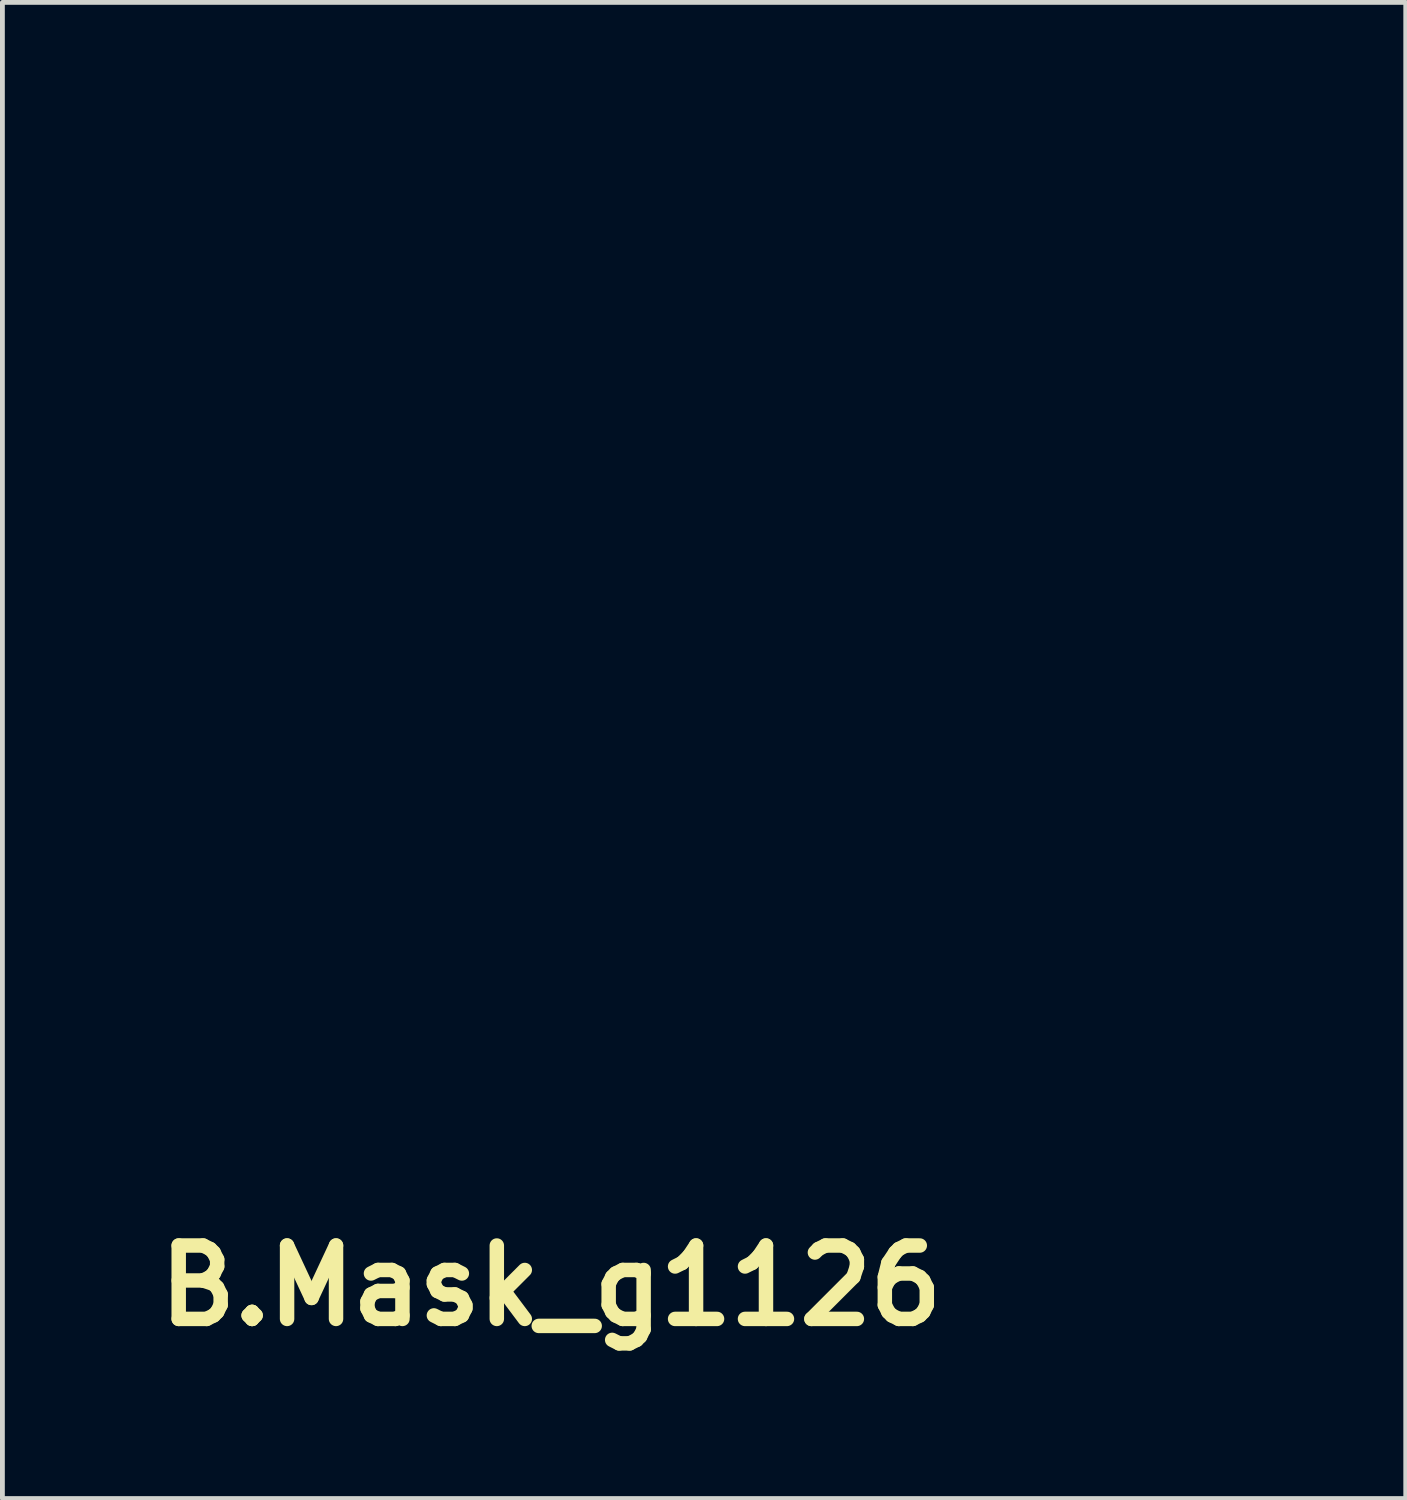
<source format=kicad_pcb>
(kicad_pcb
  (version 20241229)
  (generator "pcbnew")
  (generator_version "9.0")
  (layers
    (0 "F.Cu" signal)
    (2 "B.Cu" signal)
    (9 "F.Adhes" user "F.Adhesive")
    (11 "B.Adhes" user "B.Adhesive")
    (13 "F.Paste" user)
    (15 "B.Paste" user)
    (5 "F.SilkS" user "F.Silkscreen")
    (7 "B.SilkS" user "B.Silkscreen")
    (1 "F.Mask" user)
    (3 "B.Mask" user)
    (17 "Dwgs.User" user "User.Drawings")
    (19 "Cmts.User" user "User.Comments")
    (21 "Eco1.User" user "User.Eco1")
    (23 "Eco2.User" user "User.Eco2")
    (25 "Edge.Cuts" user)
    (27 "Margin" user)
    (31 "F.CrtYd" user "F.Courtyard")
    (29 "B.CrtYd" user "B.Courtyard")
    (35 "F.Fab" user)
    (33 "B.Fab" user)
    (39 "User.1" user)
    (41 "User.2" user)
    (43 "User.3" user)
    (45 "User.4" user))
  (footprint "B.Mask_g1126"
    (layer "F.Cu")
    (at 8.389 23.642)
    (property "Reference" "B.Mask_g1126" (at 0 0 0) (layer "F.SilkS") (effects (font (size 1.524 1.524) (thickness 0.3))))
    (attr through_hole)
    (fp_poly (pts (xy -0.47 -20.337) (xy -0.255 -20.292) (xy -0.048 -20.216) (xy 0.147 -20.109) (xy 0.324 -19.974) (xy 0.482 -19.811) (xy 0.615 -19.621) (xy 0.72 -19.406) (xy 0.783 -19.211) (xy 0.818 -19.008) (xy 0.824 -18.793) (xy 0.803 -18.584) (xy 0.784 -18.492) (xy 0.704 -18.262) (xy 0.589 -18.049) (xy 0.442 -17.856) (xy 0.267 -17.69) (xy 0.069 -17.555) (xy 0 -17.518) (xy -0.103 -17.472) (xy -0.213 -17.429) (xy -0.31 -17.398) (xy -0.349 -17.388) (xy -0.497 -17.367) (xy -0.663 -17.36) (xy -0.827 -17.366) (xy -0.973 -17.385) (xy -0.984 -17.388) (xy -1.22 -17.46) (xy -1.437 -17.568) (xy -1.634 -17.709) (xy -1.805 -17.878) (xy -1.947 -18.072) (xy -2.057 -18.287) (xy -2.127 -18.505) (xy -2.15 -18.648) (xy -2.158 -18.813) (xy -2.153 -18.985) (xy -2.135 -19.145) (xy -2.117 -19.227) (xy -2.036 -19.461) (xy -1.917 -19.677) (xy -1.762 -19.872) (xy -1.736 -19.899) (xy -1.548 -20.061) (xy -1.345 -20.187) (xy -1.132 -20.276) (xy -0.913 -20.33) (xy -0.691 -20.35) (xy -0.47 -20.337)) (stroke (width 0.01) (type solid)) (fill yes) (layer "B.Mask"))
    (fp_poly (pts (xy 13.386 -23.634) (xy 13.62 -23.593) (xy 13.844 -23.517) (xy 14.052 -23.407) (xy 14.241 -23.266) (xy 14.407 -23.095) (xy 14.547 -22.897) (xy 14.655 -22.675) (xy 14.684 -22.596) (xy 14.707 -22.52) (xy 14.723 -22.452) (xy 14.733 -22.382) (xy 14.738 -22.297) (xy 14.74 -22.185) (xy 14.74 -22.14) (xy 14.739 -22.017) (xy 14.735 -21.925) (xy 14.727 -21.851) (xy 14.714 -21.784) (xy 14.693 -21.713) (xy 14.684 -21.685) (xy 14.592 -21.464) (xy 14.471 -21.268) (xy 14.319 -21.091) (xy 14.126 -20.926) (xy 13.916 -20.797) (xy 13.691 -20.706) (xy 13.454 -20.655) (xy 13.21 -20.644) (xy 12.986 -20.669) (xy 12.786 -20.718) (xy 12.612 -20.786) (xy 12.451 -20.88) (xy 12.293 -21.005) (xy 12.202 -21.092) (xy 12.11 -21.187) (xy 12.042 -21.266) (xy 11.988 -21.342) (xy 11.941 -21.426) (xy 11.922 -21.463) (xy 11.848 -21.631) (xy 11.8 -21.784) (xy 11.772 -21.94) (xy 11.763 -22.114) (xy 11.762 -22.14) (xy 11.781 -22.394) (xy 11.839 -22.631) (xy 11.936 -22.852) (xy 12.072 -23.057) (xy 12.247 -23.247) (xy 12.308 -23.302) (xy 12.393 -23.363) (xy 12.504 -23.43) (xy 12.628 -23.494) (xy 12.753 -23.55) (xy 12.863 -23.59) (xy 12.898 -23.599) (xy 13.143 -23.637) (xy 13.386 -23.634)) (stroke (width 0.01) (type solid)) (fill yes) (layer "B.Mask")))
  (gr_rect
    (start -3 -3)
    (end 26.134 28.06)
    (stroke (width 0.1) (type default))
    (fill no)
    (layer "Edge.Cuts")))
</source>
